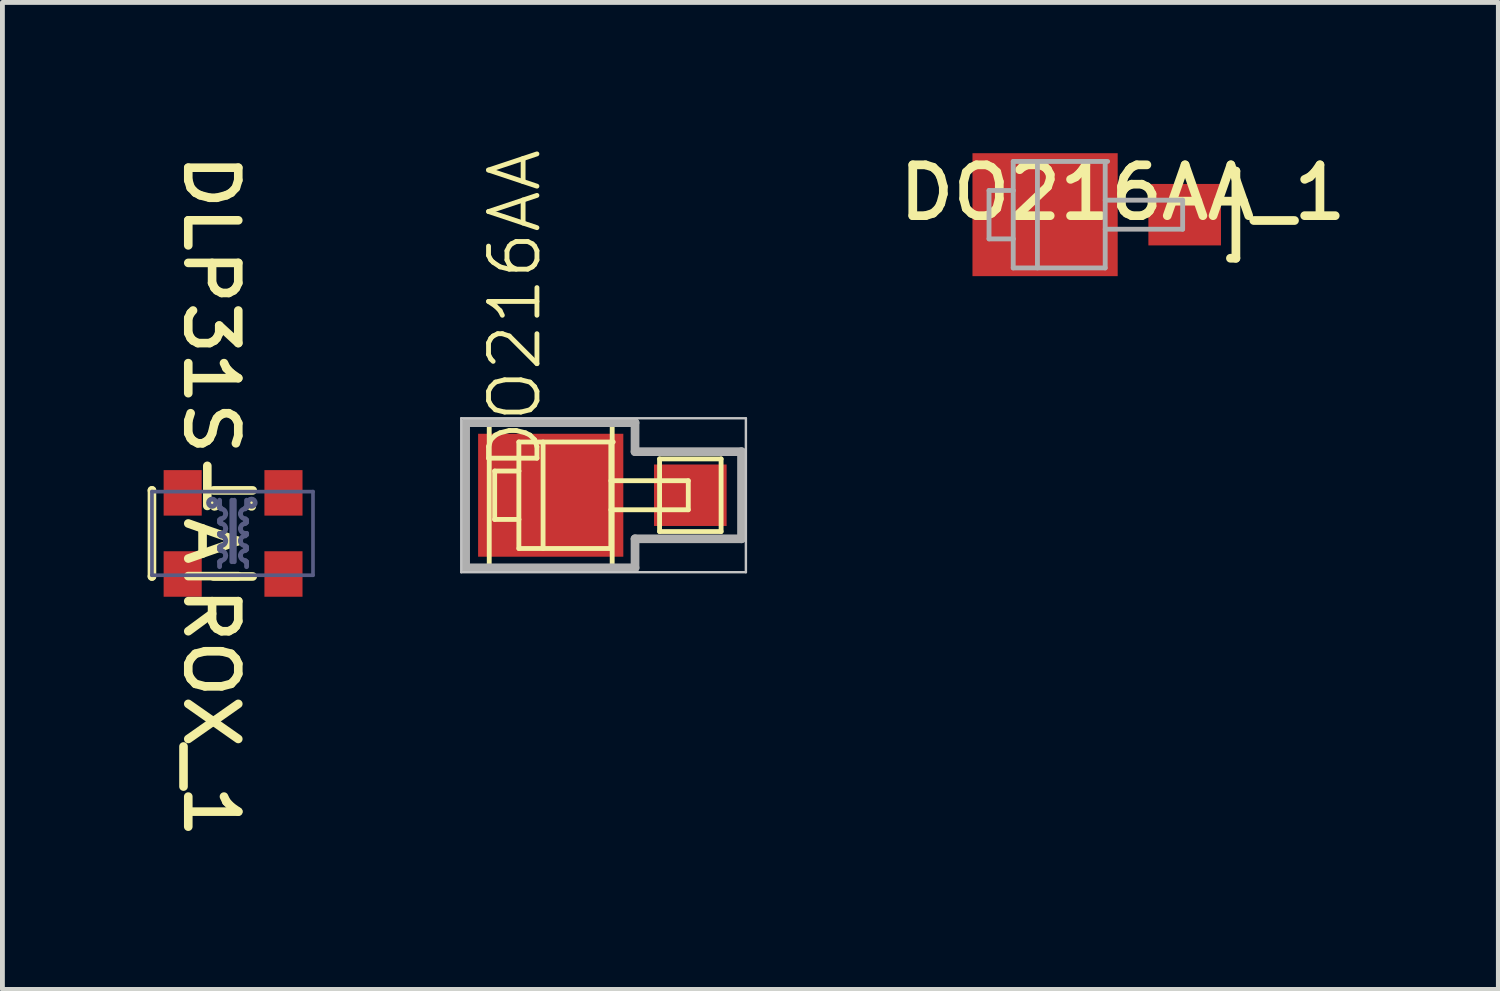
<source format=kicad_pcb>
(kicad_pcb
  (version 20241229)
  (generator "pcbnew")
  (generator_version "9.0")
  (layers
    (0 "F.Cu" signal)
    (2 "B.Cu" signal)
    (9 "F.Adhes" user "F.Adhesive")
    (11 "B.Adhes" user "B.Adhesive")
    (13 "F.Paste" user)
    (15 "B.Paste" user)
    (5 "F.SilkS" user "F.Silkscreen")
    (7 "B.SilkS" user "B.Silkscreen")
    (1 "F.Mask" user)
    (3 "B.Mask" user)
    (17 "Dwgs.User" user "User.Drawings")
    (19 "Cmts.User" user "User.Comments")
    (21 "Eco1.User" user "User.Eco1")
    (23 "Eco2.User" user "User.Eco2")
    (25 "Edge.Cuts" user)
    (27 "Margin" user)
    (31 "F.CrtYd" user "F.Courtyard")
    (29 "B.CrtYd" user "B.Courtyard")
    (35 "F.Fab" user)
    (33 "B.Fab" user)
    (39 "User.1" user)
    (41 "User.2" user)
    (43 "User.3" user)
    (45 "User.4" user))
  (footprint "DO216AA_1"
    (layer "F.Cu")
    (at 19.982 1.385)
    (property "Reference" "DO216AA_1" (at 0.162 -0.456 0) (unlocked yes) (layer "F.SilkS") (effects (font (size 1.05 1.104) (thickness 0.18))))
    (attr smd)
    (fp_line (start 2.387 -0.9) (end 2.5 -0.9) (stroke (width 0.18) (type solid)) (layer "F.SilkS"))
    (fp_line (start 2.387 0.9) (end 2.5 0.9) (stroke (width 0.18) (type solid)) (layer "F.SilkS"))
    (fp_line (start 2.5 0.9) (end 2.5 -0.9) (stroke (width 0.18) (type solid)) (layer "F.SilkS"))
    (fp_line (start -2.6 -0.5) (end -2.1 -0.5) (stroke (width 0.1) (type solid)) (layer "F.Fab"))
    (fp_line (start -2.6 0.5) (end -2.6 -0.5) (stroke (width 0.1) (type solid)) (layer "F.Fab"))
    (fp_line (start -2.6 0.5) (end -2.1 0.5) (stroke (width 0.1) (type solid)) (layer "F.Fab"))
    (fp_line (start -2.1 -1.1) (end -0.15 -1.1) (stroke (width 0.1) (type solid)) (layer "F.Fab"))
    (fp_line (start -2.1 -0.5) (end -2.1 -1.1) (stroke (width 0.1) (type solid)) (layer "F.Fab"))
    (fp_line (start -2.1 0.5) (end -2.1 -0.5) (stroke (width 0.1) (type solid)) (layer "F.Fab"))
    (fp_line (start -2.1 1.1) (end -2.1 0.5) (stroke (width 0.1) (type solid)) (layer "F.Fab"))
    (fp_line (start -2.1 1.1) (end -0.2 1.1) (stroke (width 0.1) (type solid)) (layer "F.Fab"))
    (fp_line (start -1.6 1.1) (end -1.6 -1.1) (stroke (width 0.1) (type solid)) (layer "F.Fab"))
    (fp_line (start -0.2 -0.3) (end 1.4 -0.3) (stroke (width 0.1) (type solid)) (layer "F.Fab"))
    (fp_line (start -0.2 0.3) (end 1.4 0.3) (stroke (width 0.1) (type solid)) (layer "F.Fab"))
    (fp_line (start -0.2 1.1) (end -0.2 -1.1) (stroke (width 0.1) (type solid)) (layer "F.Fab"))
    (fp_line (start 1.4 0.3) (end 1.4 -0.3) (stroke (width 0.1) (type solid)) (layer "F.Fab"))
    (pad "A" smd rect (at 1.442 0 90) (size 1.27 1.5) (layers "F.Cu" "F.Mask" "F.Paste"))
    (pad "K" smd rect (at -1.442 0 90) (size 2.54 3) (layers "F.Cu" "F.Mask" "F.Paste")))
  (footprint "DO216AA"
    (placed yes)
    (layer "F.Cu")
    (at 9.769 7.181)
    (property "Reference" "DO216AA" (at -1.599 -0.462 90) (layer "F.SilkS") (effects (font (size 1 1) (thickness 0.1)) (justify left bottom)))
    (attr through_hole)
    (fp_line (start -2.712 -1.5) (end -2.712 1.5) (stroke (width 0.1) (type solid)) (layer "F.SilkS"))
    (fp_line (start -2.712 1.5) (end -0.172 1.5) (stroke (width 0.1) (type solid)) (layer "F.SilkS"))
    (fp_line (start -2.6 -0.5) (end -2.1 -0.5) (stroke (width 0.1) (type solid)) (layer "F.SilkS"))
    (fp_line (start -2.6 0.5) (end -2.6 -0.5) (stroke (width 0.1) (type solid)) (layer "F.SilkS"))
    (fp_line (start -2.1 -1.1) (end -0.15 -1.1) (stroke (width 0.1) (type solid)) (layer "F.SilkS"))
    (fp_line (start -2.1 -0.5) (end -2.1 -1.1) (stroke (width 0.1) (type solid)) (layer "F.SilkS"))
    (fp_line (start -2.1 -0.5) (end -2.1 0.5) (stroke (width 0.1) (type solid)) (layer "F.SilkS"))
    (fp_line (start -2.1 0.5) (end -2.6 0.5) (stroke (width 0.1) (type solid)) (layer "F.SilkS"))
    (fp_line (start -2.1 1.1) (end -2.1 0.5) (stroke (width 0.1) (type solid)) (layer "F.SilkS"))
    (fp_line (start -1.6 -1.1) (end -1.6 1.1) (stroke (width 0.1) (type solid)) (layer "F.SilkS"))
    (fp_line (start -0.2 -1.1) (end -0.2 1.1) (stroke (width 0.1) (type solid)) (layer "F.SilkS"))
    (fp_line (start -0.2 -0.3) (end 1.4 -0.3) (stroke (width 0.1) (type solid)) (layer "F.SilkS"))
    (fp_line (start -0.2 1.1) (end -2.1 1.1) (stroke (width 0.1) (type solid)) (layer "F.SilkS"))
    (fp_line (start -0.172 -1.5) (end -2.712 -1.5) (stroke (width 0.1) (type solid)) (layer "F.SilkS"))
    (fp_line (start -0.172 1.5) (end -0.172 -1.5) (stroke (width 0.1) (type solid)) (layer "F.SilkS"))
    (fp_line (start 0.807 -0.75) (end 0.807 0.75) (stroke (width 0.1) (type solid)) (layer "F.SilkS"))
    (fp_line (start 0.807 0.75) (end 2.078 0.75) (stroke (width 0.1) (type solid)) (layer "F.SilkS"))
    (fp_line (start 1.4 -0.3) (end 1.4 0.3) (stroke (width 0.1) (type solid)) (layer "F.SilkS"))
    (fp_line (start 1.4 0.3) (end -0.2 0.3) (stroke (width 0.1) (type solid)) (layer "F.SilkS"))
    (fp_line (start 2.078 -0.75) (end 0.807 -0.75) (stroke (width 0.1) (type solid)) (layer "F.SilkS"))
    (fp_line (start 2.078 0.75) (end 2.078 -0.75) (stroke (width 0.1) (type solid)) (layer "F.SilkS"))
    (fp_line (start -3.29 -1.59) (end 2.59 -1.59) (stroke (width 0.05) (type solid)) (layer "Dwgs.User"))
    (fp_line (start -3.29 1.59) (end -3.29 -1.59) (stroke (width 0.05) (type solid)) (layer "Dwgs.User"))
    (fp_line (start 2.59 -1.59) (end 2.59 1.59) (stroke (width 0.05) (type solid)) (layer "Dwgs.User"))
    (fp_line (start 2.59 1.59) (end -3.29 1.59) (stroke (width 0.05) (type solid)) (layer "Dwgs.User"))
    (fp_line (start -3.2 -1.5) (end 0.3 -1.5) (stroke (width 0.18) (type solid)) (layer "F.Fab"))
    (fp_line (start -3.2 1.5) (end -3.2 -1.5) (stroke (width 0.18) (type solid)) (layer "F.Fab"))
    (fp_line (start 0.3 -1.5) (end 0.3 -0.9) (stroke (width 0.18) (type solid)) (layer "F.Fab"))
    (fp_line (start 0.3 -0.9) (end 2.5 -0.9) (stroke (width 0.18) (type solid)) (layer "F.Fab"))
    (fp_line (start 0.3 0.9) (end 0.3 1.5) (stroke (width 0.18) (type solid)) (layer "F.Fab"))
    (fp_line (start 0.3 1.5) (end -3.2 1.5) (stroke (width 0.18) (type solid)) (layer "F.Fab"))
    (fp_line (start 2.5 -0.9) (end 2.5 0.9) (stroke (width 0.18) (type solid)) (layer "F.Fab"))
    (fp_line (start 2.5 0.9) (end 0.3 0.9) (stroke (width 0.18) (type solid)) (layer "F.Fab"))
    (fp_poly (pts (xy 2.5 -0.9) (xy 2.5 0.9) (xy 0.3 0.9) (xy 0.3 1.5) (xy -3.2 1.5) (xy -3.2 -1.5) (xy 0.3 -1.5) (xy 0.3 -0.9)) (stroke (width 0.02) (type solid)) (fill no) (layer "F.Fab"))
    (pad "A" smd rect (at 1.442 0 90) (size 1.27 1.5) (layers "F.Cu" "F.Mask" "F.Paste"))
    (pad "K" smd rect (at -1.442 0 90) (size 2.54 3) (layers "F.Cu" "F.Mask" "F.Paste")))
  (footprint "DLP31S-AIROX_1"
    (layer "F.Cu")
    (at 1.765 7.97)
    (property "Reference" "DLP31S-AIROX_1" (at -0.457 -0.775 270) (unlocked yes) (layer "F.SilkS") (effects (font (size 1.033 1.087) (thickness 0.178))))
    (attr smd)
    (fp_line (start -1.676 -0.889) (end -1.676 -0.889) (stroke (width 0.178) (type solid)) (layer "F.SilkS"))
    (fp_line (start -1.676 -0.889) (end -1.676 0.889) (stroke (width 0.178) (type solid)) (layer "F.SilkS"))
    (fp_line (start -1.676 0.889) (end -1.676 0.889) (stroke (width 0.178) (type solid)) (layer "F.SilkS"))
    (fp_line (start 0.406 -0.889) (end -0.406 -0.889) (stroke (width 0.178) (type solid)) (layer "F.SilkS"))
    (fp_line (start 0.406 0.889) (end -0.406 0.889) (stroke (width 0.178) (type solid)) (layer "F.SilkS"))
    (fp_arc (start -0.386107 -0.609081) (mid -0.3556 -0.584222) (end -0.386064 -0.55931) (stroke (width 0.1778) (type solid)) (layer "F.SilkS"))
    (fp_arc (start 0.3556 -0.5842) (mid 0.364929 -0.60387) (end 0.386064 -0.60909) (stroke (width 0.1778) (type solid)) (layer "F.SilkS"))
    (fp_arc (start 0.386064 -0.55931) (mid 0.364929 -0.56453) (end 0.3556 -0.5842) (stroke (width 0.1778) (type solid)) (layer "F.SilkS"))
    (fp_line (start -1.676 -0.864) (end -1.676 0.864) (stroke (width 0.076) (type solid)) (layer "B.Fab"))
    (fp_line (start -0.279 -0.686) (end -0.279 -0.533) (stroke (width 0.1) (type solid)) (layer "B.Fab"))
    (fp_line (start -0.279 -0.279) (end -0.279 -0.229) (stroke (width 0.1) (type solid)) (layer "B.Fab"))
    (fp_line (start -0.279 0) (end -0.279 0.025) (stroke (width 0.1) (type solid)) (layer "B.Fab"))
    (fp_line (start -0.279 0.279) (end -0.279 0.33) (stroke (width 0.1) (type solid)) (layer "B.Fab"))
    (fp_line (start -0.279 0.584) (end -0.279 0.686) (stroke (width 0.1) (type solid)) (layer "B.Fab"))
    (fp_line (start -0.254 -0.533) (end -0.279 -0.533) (stroke (width 0.1) (type solid)) (layer "B.Fab"))
    (fp_line (start -0.254 -0.279) (end -0.279 -0.279) (stroke (width 0.1) (type solid)) (layer "B.Fab"))
    (fp_line (start -0.254 -0.229) (end -0.279 -0.229) (stroke (width 0.1) (type solid)) (layer "B.Fab"))
    (fp_line (start -0.254 0) (end -0.279 0) (stroke (width 0.1) (type solid)) (layer "B.Fab"))
    (fp_line (start -0.254 0.025) (end -0.279 0.025) (stroke (width 0.1) (type solid)) (layer "B.Fab"))
    (fp_line (start -0.254 0.279) (end -0.279 0.279) (stroke (width 0.1) (type solid)) (layer "B.Fab"))
    (fp_line (start -0.254 0.33) (end -0.279 0.33) (stroke (width 0.1) (type solid)) (layer "B.Fab"))
    (fp_line (start -0.254 0.584) (end -0.279 0.584) (stroke (width 0.1) (type solid)) (layer "B.Fab"))
    (fp_line (start -0.025 -0.686) (end -0.025 0.584) (stroke (width 0.1) (type solid)) (layer "B.Fab"))
    (fp_line (start 0.025 -0.686) (end 0.025 0.584) (stroke (width 0.1) (type solid)) (layer "B.Fab"))
    (fp_line (start 0.279 -0.686) (end 0.279 -0.533) (stroke (width 0.1) (type solid)) (layer "B.Fab"))
    (fp_line (start 0.279 -0.533) (end 0.254 -0.533) (stroke (width 0.1) (type solid)) (layer "B.Fab"))
    (fp_line (start 0.279 -0.279) (end 0.254 -0.279) (stroke (width 0.1) (type solid)) (layer "B.Fab"))
    (fp_line (start 0.279 -0.279) (end 0.279 -0.229) (stroke (width 0.1) (type solid)) (layer "B.Fab"))
    (fp_line (start 0.279 -0.229) (end 0.254 -0.229) (stroke (width 0.1) (type solid)) (layer "B.Fab"))
    (fp_line (start 0.279 0) (end 0.254 0) (stroke (width 0.1) (type solid)) (layer "B.Fab"))
    (fp_line (start 0.279 0) (end 0.279 0.025) (stroke (width 0.1) (type solid)) (layer "B.Fab"))
    (fp_line (start 0.279 0.025) (end 0.254 0.025) (stroke (width 0.1) (type solid)) (layer "B.Fab"))
    (fp_line (start 0.279 0.279) (end 0.254 0.279) (stroke (width 0.1) (type solid)) (layer "B.Fab"))
    (fp_line (start 0.279 0.279) (end 0.279 0.33) (stroke (width 0.1) (type solid)) (layer "B.Fab"))
    (fp_line (start 0.279 0.33) (end 0.254 0.33) (stroke (width 0.1) (type solid)) (layer "B.Fab"))
    (fp_line (start 0.279 0.584) (end 0.254 0.584) (stroke (width 0.1) (type solid)) (layer "B.Fab"))
    (fp_line (start 0.279 0.584) (end 0.279 0.686) (stroke (width 0.1) (type solid)) (layer "B.Fab"))
    (fp_line (start 1.651 -0.864) (end -1.676 -0.864) (stroke (width 0.076) (type solid)) (layer "B.Fab"))
    (fp_line (start 1.651 -0.864) (end 1.651 0.864) (stroke (width 0.076) (type solid)) (layer "B.Fab"))
    (fp_line (start 1.651 0.864) (end -1.676 0.864) (stroke (width 0.076) (type solid)) (layer "B.Fab"))
    (fp_arc (start -0.4572 -0.635) (mid -0.4064 -0.635) (end -0.4572 -0.635) (stroke (width 0.1) (type solid)) (layer "B.Fab"))
    (fp_arc (start -0.254 -0.508) (mid -0.182158 -0.478242) (end -0.1524 -0.4064) (stroke (width 0.1) (type solid)) (layer "B.Fab"))
    (fp_arc (start -0.254 -0.2032) (mid -0.182158 -0.173442) (end -0.1524 -0.1016) (stroke (width 0.1) (type solid)) (layer "B.Fab"))
    (fp_arc (start -0.254 0.0508) (mid -0.182158 0.080558) (end -0.1524 0.1524) (stroke (width 0.1) (type solid)) (layer "B.Fab"))
    (fp_arc (start -0.254 0.3556) (mid -0.182158 0.385358) (end -0.1524 0.4572) (stroke (width 0.1) (type solid)) (layer "B.Fab"))
    (fp_arc (start -0.1524 -0.4064) (mid -0.182158 -0.334558) (end -0.254 -0.3048) (stroke (width 0.1) (type solid)) (layer "B.Fab"))
    (fp_arc (start -0.1524 -0.1016) (mid -0.182158 -0.029758) (end -0.254 0) (stroke (width 0.1) (type solid)) (layer "B.Fab"))
    (fp_arc (start -0.1524 0.1524) (mid -0.182158 0.224242) (end -0.254 0.254) (stroke (width 0.1) (type solid)) (layer "B.Fab"))
    (fp_arc (start -0.1524 0.4572) (mid -0.182158 0.529042) (end -0.254 0.5588) (stroke (width 0.1) (type solid)) (layer "B.Fab"))
    (fp_arc (start 0.1524 -0.4064) (mid 0.182158 -0.478242) (end 0.254 -0.508) (stroke (width 0.1) (type solid)) (layer "B.Fab"))
    (fp_arc (start 0.1524 -0.1016) (mid 0.182158 -0.173442) (end 0.254 -0.2032) (stroke (width 0.1) (type solid)) (layer "B.Fab"))
    (fp_arc (start 0.1524 0.1524) (mid 0.182158 0.080558) (end 0.254 0.0508) (stroke (width 0.1) (type solid)) (layer "B.Fab"))
    (fp_arc (start 0.1524 0.4572) (mid 0.182158 0.385358) (end 0.254 0.3556) (stroke (width 0.1) (type solid)) (layer "B.Fab"))
    (fp_arc (start 0.254 -0.3048) (mid 0.182158 -0.334558) (end 0.1524 -0.4064) (stroke (width 0.1) (type solid)) (layer "B.Fab"))
    (fp_arc (start 0.254 0) (mid 0.182158 -0.029758) (end 0.1524 -0.1016) (stroke (width 0.1) (type solid)) (layer "B.Fab"))
    (fp_arc (start 0.254 0.254) (mid 0.182158 0.224242) (end 0.1524 0.1524) (stroke (width 0.1) (type solid)) (layer "B.Fab"))
    (fp_arc (start 0.254 0.5588) (mid 0.182158 0.529042) (end 0.1524 0.4572) (stroke (width 0.1) (type solid)) (layer "B.Fab"))
    (fp_arc (start 0.3556 -0.635) (mid 0.4064 -0.635) (end 0.3556 -0.635) (stroke (width 0.1) (type solid)) (layer "B.Fab"))
    (pad "1" smd rect (at 1.041 -0.838) (size 0.787 0.94) (layers "F.Cu" "F.Mask" "F.Paste"))
    (pad "2" smd rect (at 1.041 0.838 180) (size 0.787 0.94) (layers "F.Cu" "F.Mask" "F.Paste"))
    (pad "3" smd rect (at -1.041 0.838 180) (size 0.787 0.94) (layers "F.Cu" "F.Mask" "F.Paste"))
    (pad "4" smd rect (at -1.041 -0.838 180) (size 0.787 0.94) (layers "F.Cu" "F.Mask" "F.Paste")))
  (gr_rect
    (start -3 -3)
    (end 27.904 17.39)
    (stroke (width 0.1) (type default))
    (fill no)
    (layer "Edge.Cuts")))
</source>
